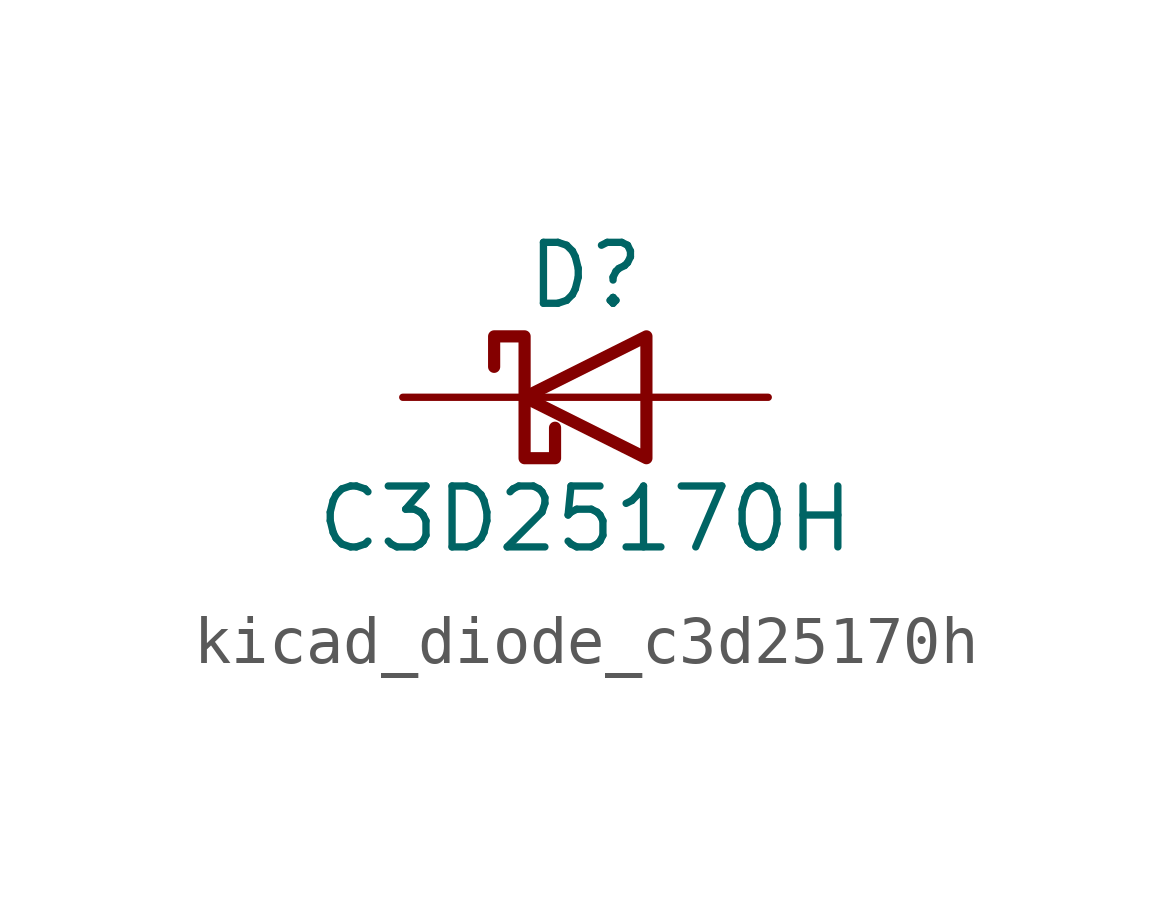
<source format=kicad_sym>
(kicad_symbol_lib
  (version 20220914)
  (generator kicad_symbol_editor)
  (symbol "kicad_diode_c3d25170h"
    (pin_numbers hide)
    (pin_names
      (offset 1.016) hide)
    (property "Reference" "D"
      (at 0 2.54 0)
      (effects (font (size 1.27 1.27))))
    (property "Value" "C3D25170H"
      (at 0 -2.54 0)
      (effects (font (size 1.27 1.27))))
    (symbol "kicad_diode_c3d25170h_0_1"
      (polyline (pts (xy 1.27 0) (xy -1.27 0)) (stroke (width 0) (type default)) (fill (type none)))
      (polyline (pts (xy 1.27 1.27) (xy 1.27 -1.27) (xy -1.27 0) (xy 1.27 1.27)) (stroke (width 0.254) (type default)) (fill (type none)))
      (polyline (pts (xy -1.905 0.635) (xy -1.905 1.27) (xy -1.27 1.27) (xy -1.27 -1.27) (xy -0.635 -1.27) (xy -0.635 -0.635)) (stroke (width 0.254) (type default)) (fill (type none))))
    (symbol "kicad_diode_c3d25170h_1_1"
      (pin passive line (at -3.81 0 0) (length 2.54) (name "K" (effects (font (size 1.27 1.27)))) (number "1" (effects (font (size 1.27 1.27)))))
      (pin passive line (at 3.81 0 180) (length 2.54) (name "A" (effects (font (size 1.27 1.27)))) (number "2" (effects (font (size 1.27 1.27))))))))
</source>
